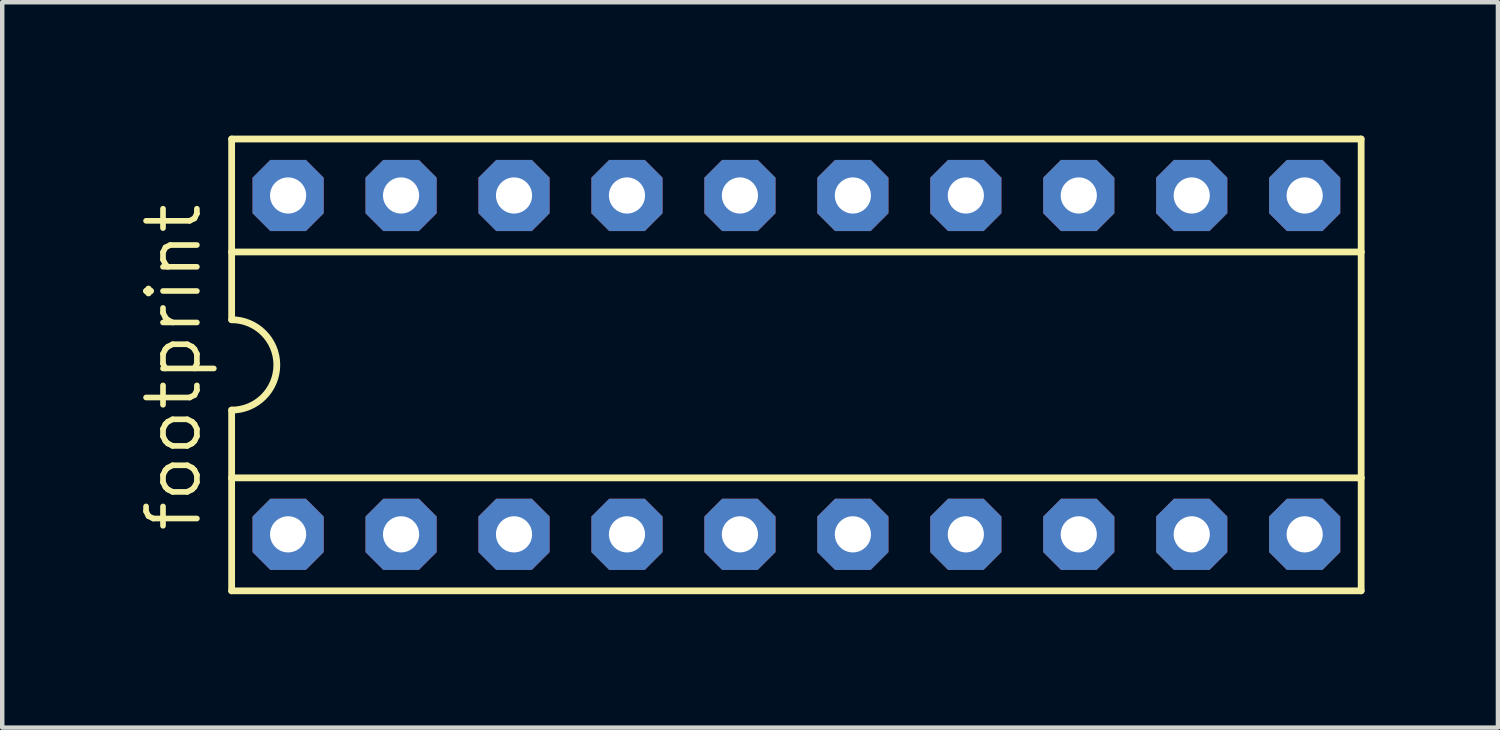
<source format=kicad_pcb>
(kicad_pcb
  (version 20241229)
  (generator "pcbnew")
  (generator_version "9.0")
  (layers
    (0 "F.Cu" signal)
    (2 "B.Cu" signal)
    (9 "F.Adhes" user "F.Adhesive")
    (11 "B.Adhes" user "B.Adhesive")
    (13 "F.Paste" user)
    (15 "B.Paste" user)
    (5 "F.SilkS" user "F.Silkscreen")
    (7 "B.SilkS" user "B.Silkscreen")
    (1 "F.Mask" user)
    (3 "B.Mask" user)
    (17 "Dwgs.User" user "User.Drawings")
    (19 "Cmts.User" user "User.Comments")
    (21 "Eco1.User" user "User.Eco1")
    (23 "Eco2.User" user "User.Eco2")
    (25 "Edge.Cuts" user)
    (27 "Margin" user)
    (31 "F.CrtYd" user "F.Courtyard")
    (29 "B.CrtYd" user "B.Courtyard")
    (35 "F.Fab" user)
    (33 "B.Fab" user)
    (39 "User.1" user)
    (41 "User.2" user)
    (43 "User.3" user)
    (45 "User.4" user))
  (footprint "footprint"
    (layer "F.Cu")
    (at 14.859 5.156)
    (property "Reference" "footprint" (at -13.335 3.81 90) (layer "F.SilkS") (effects (font (size 1.143 1.143) (thickness 0.127)) (justify left bottom)))
    (fp_line (start -12.7 -5.08) (end -12.7 -2.54) (stroke (width 0.152) (type solid)) (layer "F.SilkS"))
    (fp_line (start -12.7 -2.54) (end -12.7 -1.016) (stroke (width 0.152) (type solid)) (layer "F.SilkS"))
    (fp_line (start -12.7 -2.54) (end 12.7 -2.54) (stroke (width 0.152) (type solid)) (layer "F.SilkS"))
    (fp_line (start -12.7 2.54) (end -12.7 1.016) (stroke (width 0.152) (type solid)) (layer "F.SilkS"))
    (fp_line (start -12.7 2.54) (end 12.7 2.54) (stroke (width 0.152) (type solid)) (layer "F.SilkS"))
    (fp_line (start -12.7 5.08) (end -12.7 2.54) (stroke (width 0.152) (type solid)) (layer "F.SilkS"))
    (fp_line (start -12.7 5.08) (end 12.7 5.08) (stroke (width 0.152) (type solid)) (layer "F.SilkS"))
    (fp_line (start 12.7 -5.08) (end -12.7 -5.08) (stroke (width 0.152) (type solid)) (layer "F.SilkS"))
    (fp_line (start 12.7 -5.08) (end 12.7 -2.54) (stroke (width 0.152) (type solid)) (layer "F.SilkS"))
    (fp_line (start 12.7 -2.54) (end 12.7 2.54) (stroke (width 0.152) (type solid)) (layer "F.SilkS"))
    (fp_line (start 12.7 2.54) (end 12.7 5.08) (stroke (width 0.152) (type solid)) (layer "F.SilkS"))
    (fp_arc (start -12.7 -1.016) (mid -11.684 0) (end -12.7 1.016) (stroke (width 0.1524) (type solid)) (layer "F.SilkS"))
    (pad "1" thru_hole roundrect (at -11.43 3.81) (size 1.6 1.6) (drill 0.813) (layers "*.Cu" "*.Mask") (roundrect_rratio 0.25) (chamfer_ratio 0.25) (chamfer top_left top_right bottom_left bottom_right))
    (pad "2" thru_hole roundrect (at -8.89 3.81) (size 1.6 1.6) (drill 0.813) (layers "*.Cu" "*.Mask") (roundrect_rratio 0.25) (chamfer_ratio 0.25) (chamfer top_left top_right bottom_left bottom_right))
    (pad "3" thru_hole roundrect (at -6.35 3.81) (size 1.6 1.6) (drill 0.813) (layers "*.Cu" "*.Mask") (roundrect_rratio 0.25) (chamfer_ratio 0.25) (chamfer top_left top_right bottom_left bottom_right))
    (pad "4" thru_hole roundrect (at -3.81 3.81) (size 1.6 1.6) (drill 0.813) (layers "*.Cu" "*.Mask") (roundrect_rratio 0.25) (chamfer_ratio 0.25) (chamfer top_left top_right bottom_left bottom_right))
    (pad "5" thru_hole roundrect (at -1.27 3.81) (size 1.6 1.6) (drill 0.813) (layers "*.Cu" "*.Mask") (roundrect_rratio 0.25) (chamfer_ratio 0.25) (chamfer top_left top_right bottom_left bottom_right))
    (pad "6" thru_hole roundrect (at 1.27 3.81) (size 1.6 1.6) (drill 0.813) (layers "*.Cu" "*.Mask") (roundrect_rratio 0.25) (chamfer_ratio 0.25) (chamfer top_left top_right bottom_left bottom_right))
    (pad "7" thru_hole roundrect (at 3.81 3.81) (size 1.6 1.6) (drill 0.813) (layers "*.Cu" "*.Mask") (roundrect_rratio 0.25) (chamfer_ratio 0.25) (chamfer top_left top_right bottom_left bottom_right))
    (pad "8" thru_hole roundrect (at 6.35 3.81) (size 1.6 1.6) (drill 0.813) (layers "*.Cu" "*.Mask") (roundrect_rratio 0.25) (chamfer_ratio 0.25) (chamfer top_left top_right bottom_left bottom_right))
    (pad "9" thru_hole roundrect (at 8.89 3.81) (size 1.6 1.6) (drill 0.813) (layers "*.Cu" "*.Mask") (roundrect_rratio 0.25) (chamfer_ratio 0.25) (chamfer top_left top_right bottom_left bottom_right))
    (pad "10" thru_hole roundrect (at 11.43 3.81) (size 1.6 1.6) (drill 0.813) (layers "*.Cu" "*.Mask") (roundrect_rratio 0.25) (chamfer_ratio 0.25) (chamfer top_left top_right bottom_left bottom_right))
    (pad "11" thru_hole roundrect (at 11.43 -3.81) (size 1.6 1.6) (drill 0.813) (layers "*.Cu" "*.Mask") (roundrect_rratio 0.25) (chamfer_ratio 0.25) (chamfer top_left top_right bottom_left bottom_right))
    (pad "12" thru_hole roundrect (at 8.89 -3.81) (size 1.6 1.6) (drill 0.813) (layers "*.Cu" "*.Mask") (roundrect_rratio 0.25) (chamfer_ratio 0.25) (chamfer top_left top_right bottom_left bottom_right))
    (pad "13" thru_hole roundrect (at 6.35 -3.81) (size 1.6 1.6) (drill 0.813) (layers "*.Cu" "*.Mask") (roundrect_rratio 0.25) (chamfer_ratio 0.25) (chamfer top_left top_right bottom_left bottom_right))
    (pad "14" thru_hole roundrect (at 3.81 -3.81) (size 1.6 1.6) (drill 0.813) (layers "*.Cu" "*.Mask") (roundrect_rratio 0.25) (chamfer_ratio 0.25) (chamfer top_left top_right bottom_left bottom_right))
    (pad "15" thru_hole roundrect (at 1.27 -3.81) (size 1.6 1.6) (drill 0.813) (layers "*.Cu" "*.Mask") (roundrect_rratio 0.25) (chamfer_ratio 0.25) (chamfer top_left top_right bottom_left bottom_right))
    (pad "16" thru_hole roundrect (at -1.27 -3.81) (size 1.6 1.6) (drill 0.813) (layers "*.Cu" "*.Mask") (roundrect_rratio 0.25) (chamfer_ratio 0.25) (chamfer top_left top_right bottom_left bottom_right))
    (pad "17" thru_hole roundrect (at -3.81 -3.81) (size 1.6 1.6) (drill 0.813) (layers "*.Cu" "*.Mask") (roundrect_rratio 0.25) (chamfer_ratio 0.25) (chamfer top_left top_right bottom_left bottom_right))
    (pad "18" thru_hole roundrect (at -6.35 -3.81) (size 1.6 1.6) (drill 0.813) (layers "*.Cu" "*.Mask") (roundrect_rratio 0.25) (chamfer_ratio 0.25) (chamfer top_left top_right bottom_left bottom_right))
    (pad "19" thru_hole roundrect (at -8.89 -3.81) (size 1.6 1.6) (drill 0.813) (layers "*.Cu" "*.Mask") (roundrect_rratio 0.25) (chamfer_ratio 0.25) (chamfer top_left top_right bottom_left bottom_right))
    (pad "20" thru_hole roundrect (at -11.43 -3.81) (size 1.6 1.6) (drill 0.813) (layers "*.Cu" "*.Mask") (roundrect_rratio 0.25) (chamfer_ratio 0.25) (chamfer top_left top_right bottom_left bottom_right)))
  (gr_rect
    (start -3 -3)
    (end 30.635 13.312)
    (stroke (width 0.1) (type default))
    (fill no)
    (layer "Edge.Cuts")))
</source>
